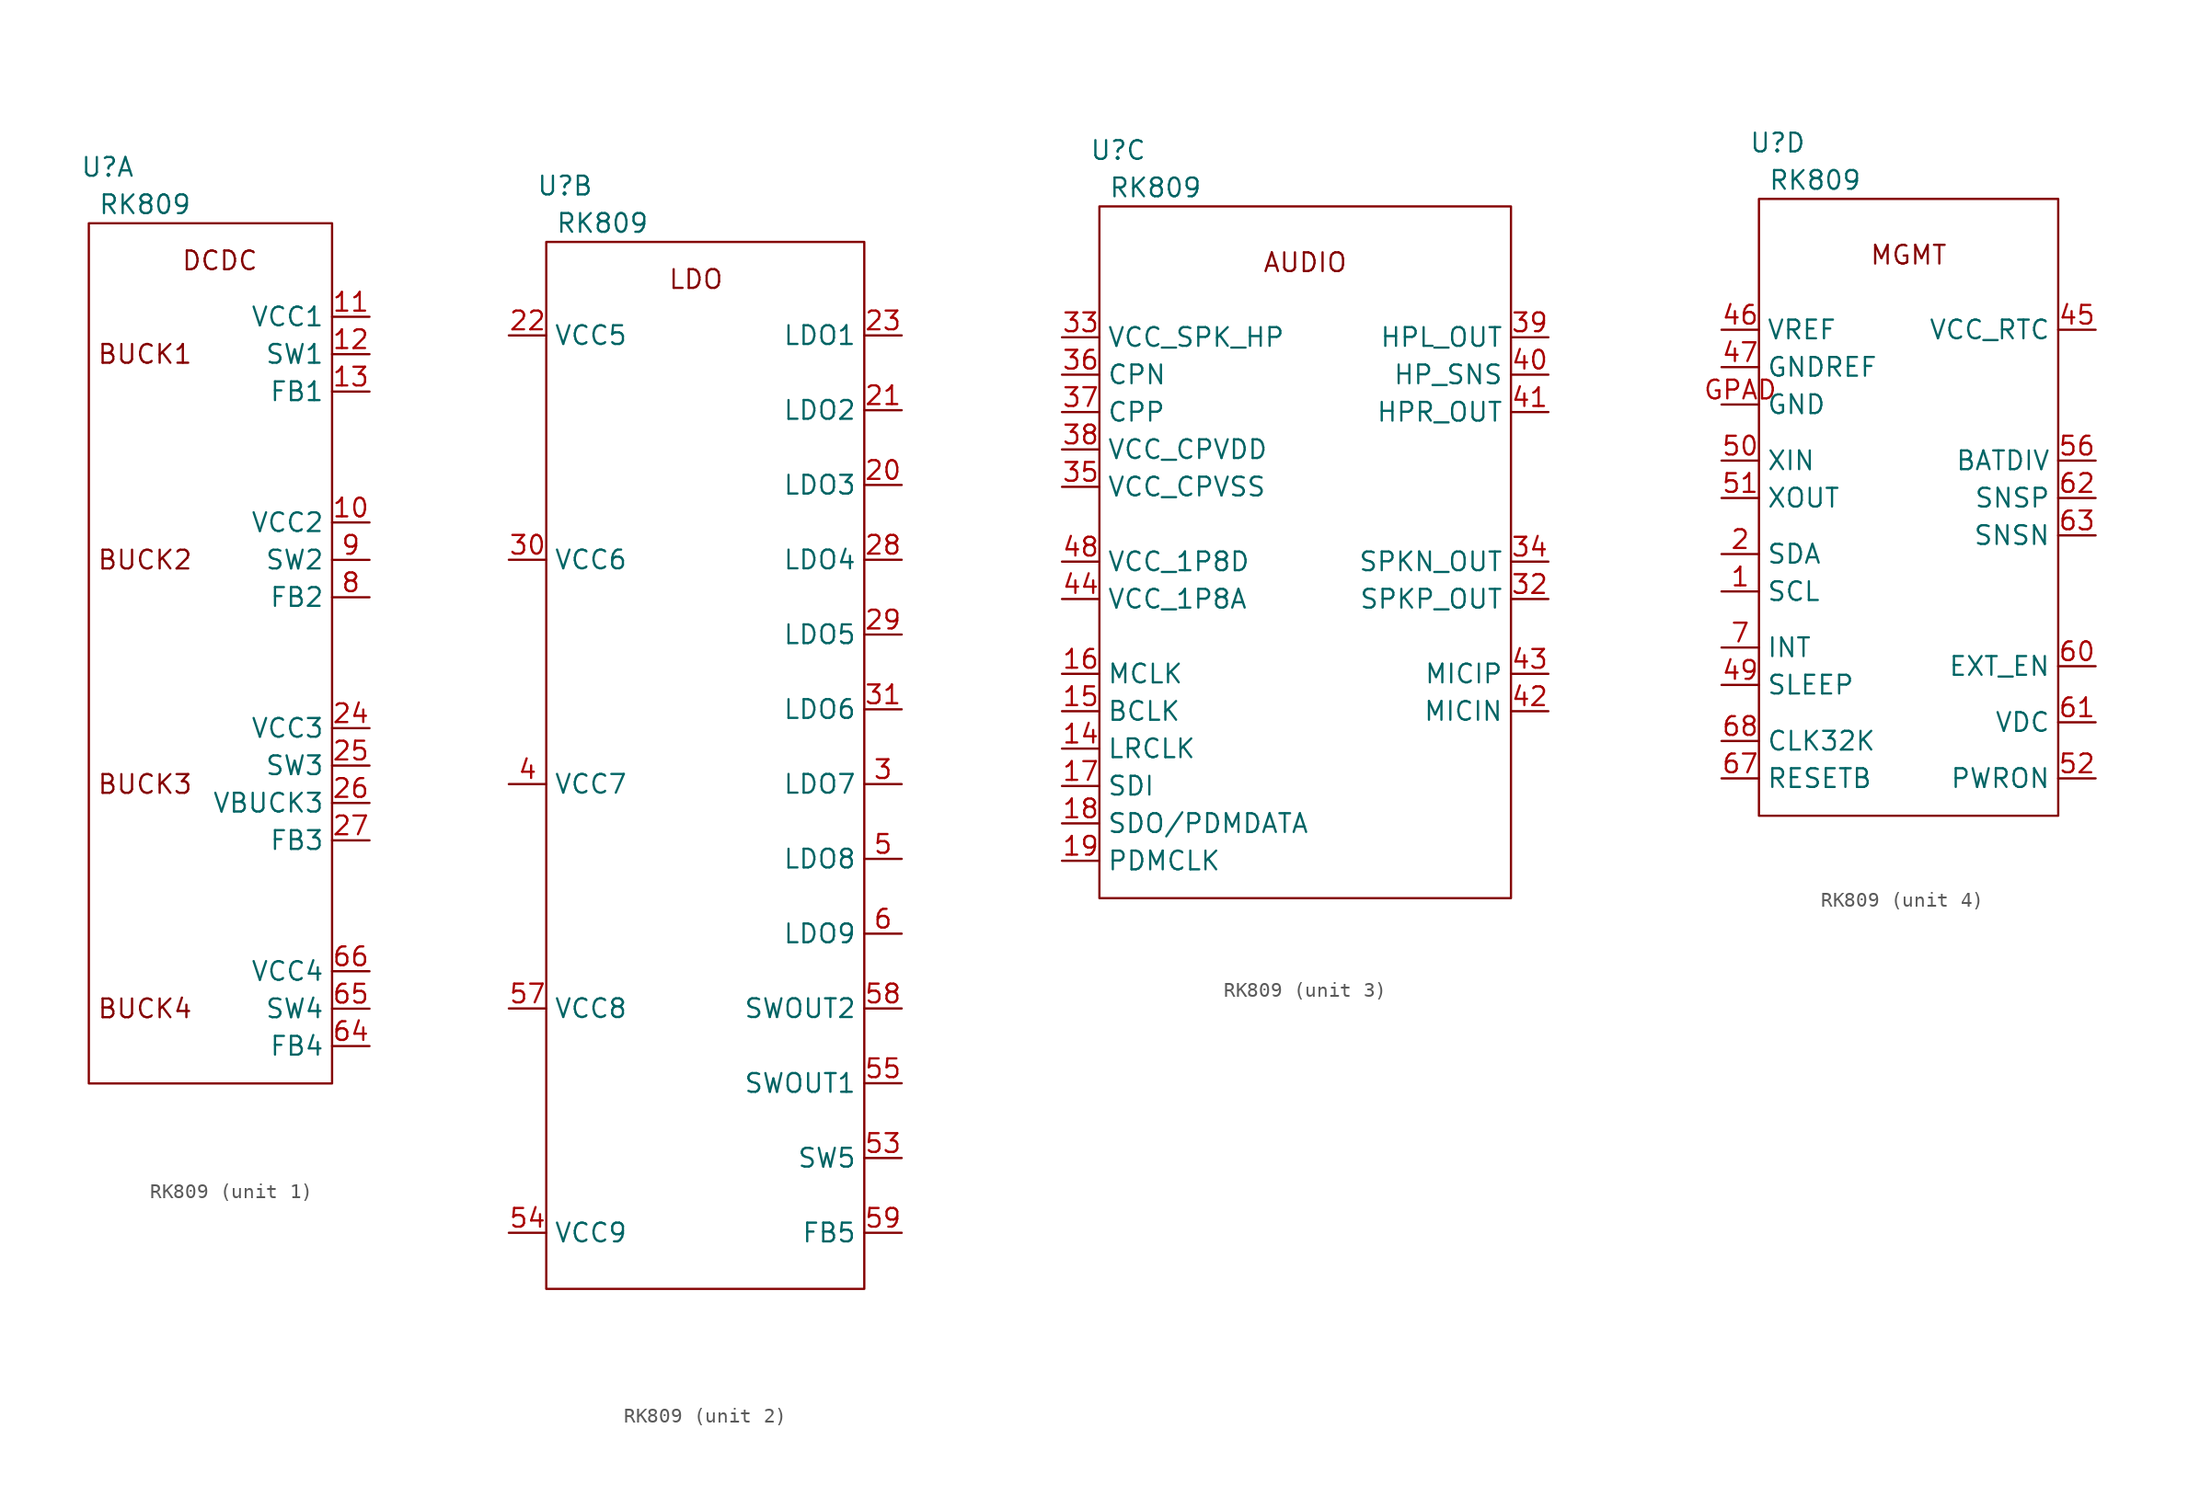
<source format=kicad_sym>
(kicad_symbol_lib
  (version 20201005)
  (generator kicad_symbol_editor)
  (symbol "berryflight:RK809"
    (property "Reference" "U"
      (at 1.27 3.81 0)
      (effects (font (size 1.27 1.27))))
    (property "Value" "RK809"
      (at 3.81 1.27 0)
      (effects (font (size 1.27 1.27))))
    (property "ki_locked" ""
      (at 0 0 0)
      (effects (font (size 1.27 1.27))))
    (symbol "RK809_1_1"
      (text "BUCK1" (at 3.81 -8.89 0) (effects (font (size 1.27 1.27))))
      (text "BUCK2" (at 3.81 -22.86 0) (effects (font (size 1.27 1.27))))
      (text "BUCK3" (at 3.81 -38.1 0) (effects (font (size 1.27 1.27))))
      (text "BUCK4" (at 3.81 -53.34 0) (effects (font (size 1.27 1.27))))
      (text "DCDC" (at 8.89 -2.54 0) (effects (font (size 1.27 1.27))))
      (rectangle (start 0 0) (end 16.51 -58.42) (stroke (width 0.152)) (fill (type none)))
      (pin unspecified line (at 19.05 -20.32 180) (length 2.54) (name "VCC2" (effects (font (size 1.27 1.27)))) (number "10" (effects (font (size 1.27 1.27)))))
      (pin unspecified line (at 19.05 -6.35 180) (length 2.54) (name "VCC1" (effects (font (size 1.27 1.27)))) (number "11" (effects (font (size 1.27 1.27)))))
      (pin unspecified line (at 19.05 -8.89 180) (length 2.54) (name "SW1" (effects (font (size 1.27 1.27)))) (number "12" (effects (font (size 1.27 1.27)))))
      (pin unspecified line (at 19.05 -11.43 180) (length 2.54) (name "FB1" (effects (font (size 1.27 1.27)))) (number "13" (effects (font (size 1.27 1.27)))))
      (pin unspecified line (at 19.05 -34.29 180) (length 2.54) (name "VCC3" (effects (font (size 1.27 1.27)))) (number "24" (effects (font (size 1.27 1.27)))))
      (pin unspecified line (at 19.05 -36.83 180) (length 2.54) (name "SW3" (effects (font (size 1.27 1.27)))) (number "25" (effects (font (size 1.27 1.27)))))
      (pin unspecified line (at 19.05 -39.37 180) (length 2.54) (name "VBUCK3" (effects (font (size 1.27 1.27)))) (number "26" (effects (font (size 1.27 1.27)))))
      (pin unspecified line (at 19.05 -41.91 180) (length 2.54) (name "FB3" (effects (font (size 1.27 1.27)))) (number "27" (effects (font (size 1.27 1.27)))))
      (pin unspecified line (at 19.05 -55.88 180) (length 2.54) (name "FB4" (effects (font (size 1.27 1.27)))) (number "64" (effects (font (size 1.27 1.27)))))
      (pin unspecified line (at 19.05 -53.34 180) (length 2.54) (name "SW4" (effects (font (size 1.27 1.27)))) (number "65" (effects (font (size 1.27 1.27)))))
      (pin unspecified line (at 19.05 -50.8 180) (length 2.54) (name "VCC4" (effects (font (size 1.27 1.27)))) (number "66" (effects (font (size 1.27 1.27)))))
      (pin unspecified line (at 19.05 -25.4 180) (length 2.54) (name "FB2" (effects (font (size 1.27 1.27)))) (number "8" (effects (font (size 1.27 1.27)))))
      (pin unspecified line (at 19.05 -22.86 180) (length 2.54) (name "SW2" (effects (font (size 1.27 1.27)))) (number "9" (effects (font (size 1.27 1.27))))))
    (symbol "RK809_2_1"
      (text "LDO" (at 10.16 -2.54 0) (effects (font (size 1.27 1.27))))
      (rectangle (start 0 0) (end 21.59 -71.12) (stroke (width 0.152)) (fill (type none)))
      (pin unspecified line (at 24.13 -16.51 180) (length 2.54) (name "LDO3" (effects (font (size 1.27 1.27)))) (number "20" (effects (font (size 1.27 1.27)))))
      (pin unspecified line (at 24.13 -11.43 180) (length 2.54) (name "LDO2" (effects (font (size 1.27 1.27)))) (number "21" (effects (font (size 1.27 1.27)))))
      (pin unspecified line (at -2.54 -6.35 0) (length 2.54) (name "VCC5" (effects (font (size 1.27 1.27)))) (number "22" (effects (font (size 1.27 1.27)))))
      (pin unspecified line (at 24.13 -6.35 180) (length 2.54) (name "LDO1" (effects (font (size 1.27 1.27)))) (number "23" (effects (font (size 1.27 1.27)))))
      (pin unspecified line (at 24.13 -21.59 180) (length 2.54) (name "LDO4" (effects (font (size 1.27 1.27)))) (number "28" (effects (font (size 1.27 1.27)))))
      (pin unspecified line (at 24.13 -26.67 180) (length 2.54) (name "LDO5" (effects (font (size 1.27 1.27)))) (number "29" (effects (font (size 1.27 1.27)))))
      (pin unspecified line (at 24.13 -36.83 180) (length 2.54) (name "LDO7" (effects (font (size 1.27 1.27)))) (number "3" (effects (font (size 1.27 1.27)))))
      (pin unspecified line (at -2.54 -21.59 0) (length 2.54) (name "VCC6" (effects (font (size 1.27 1.27)))) (number "30" (effects (font (size 1.27 1.27)))))
      (pin unspecified line (at 24.13 -31.75 180) (length 2.54) (name "LDO6" (effects (font (size 1.27 1.27)))) (number "31" (effects (font (size 1.27 1.27)))))
      (pin unspecified line (at -2.54 -36.83 0) (length 2.54) (name "VCC7" (effects (font (size 1.27 1.27)))) (number "4" (effects (font (size 1.27 1.27)))))
      (pin unspecified line (at 24.13 -41.91 180) (length 2.54) (name "LDO8" (effects (font (size 1.27 1.27)))) (number "5" (effects (font (size 1.27 1.27)))))
      (pin unspecified line (at 24.13 -62.23 180) (length 2.54) (name "SW5" (effects (font (size 1.27 1.27)))) (number "53" (effects (font (size 1.27 1.27)))))
      (pin unspecified line (at -2.54 -67.31 0) (length 2.54) (name "VCC9" (effects (font (size 1.27 1.27)))) (number "54" (effects (font (size 1.27 1.27)))))
      (pin unspecified line (at 24.13 -57.15 180) (length 2.54) (name "SWOUT1" (effects (font (size 1.27 1.27)))) (number "55" (effects (font (size 1.27 1.27)))))
      (pin unspecified line (at -2.54 -52.07 0) (length 2.54) (name "VCC8" (effects (font (size 1.27 1.27)))) (number "57" (effects (font (size 1.27 1.27)))))
      (pin unspecified line (at 24.13 -52.07 180) (length 2.54) (name "SWOUT2" (effects (font (size 1.27 1.27)))) (number "58" (effects (font (size 1.27 1.27)))))
      (pin unspecified line (at 24.13 -67.31 180) (length 2.54) (name "FB5" (effects (font (size 1.27 1.27)))) (number "59" (effects (font (size 1.27 1.27)))))
      (pin unspecified line (at 24.13 -46.99 180) (length 2.54) (name "LDO9" (effects (font (size 1.27 1.27)))) (number "6" (effects (font (size 1.27 1.27))))))
    (symbol "RK809_3_1"
      (text "AUDIO" (at 13.97 -3.81 0) (effects (font (size 1.27 1.27))))
      (rectangle (start 0 0) (end 27.94 -46.99) (stroke (width 0.152)) (fill (type none)))
      (pin unspecified line (at -2.54 -36.83 0) (length 2.54) (name "LRCLK" (effects (font (size 1.27 1.27)))) (number "14" (effects (font (size 1.27 1.27)))))
      (pin unspecified line (at -2.54 -34.29 0) (length 2.54) (name "BCLK" (effects (font (size 1.27 1.27)))) (number "15" (effects (font (size 1.27 1.27)))))
      (pin unspecified line (at -2.54 -31.75 0) (length 2.54) (name "MCLK" (effects (font (size 1.27 1.27)))) (number "16" (effects (font (size 1.27 1.27)))))
      (pin unspecified line (at -2.54 -39.37 0) (length 2.54) (name "SDI" (effects (font (size 1.27 1.27)))) (number "17" (effects (font (size 1.27 1.27)))))
      (pin unspecified line (at -2.54 -41.91 0) (length 2.54) (name "SDO/PDMDATA" (effects (font (size 1.27 1.27)))) (number "18" (effects (font (size 1.27 1.27)))))
      (pin unspecified line (at -2.54 -44.45 0) (length 2.54) (name "PDMCLK" (effects (font (size 1.27 1.27)))) (number "19" (effects (font (size 1.27 1.27)))))
      (pin unspecified line (at 30.48 -26.67 180) (length 2.54) (name "SPKP_OUT" (effects (font (size 1.27 1.27)))) (number "32" (effects (font (size 1.27 1.27)))))
      (pin unspecified line (at -2.54 -8.89 0) (length 2.54) (name "VCC_SPK_HP" (effects (font (size 1.27 1.27)))) (number "33" (effects (font (size 1.27 1.27)))))
      (pin unspecified line (at 30.48 -24.13 180) (length 2.54) (name "SPKN_OUT" (effects (font (size 1.27 1.27)))) (number "34" (effects (font (size 1.27 1.27)))))
      (pin unspecified line (at -2.54 -19.05 0) (length 2.54) (name "VCC_CPVSS" (effects (font (size 1.27 1.27)))) (number "35" (effects (font (size 1.27 1.27)))))
      (pin unspecified line (at -2.54 -11.43 0) (length 2.54) (name "CPN" (effects (font (size 1.27 1.27)))) (number "36" (effects (font (size 1.27 1.27)))))
      (pin unspecified line (at -2.54 -13.97 0) (length 2.54) (name "CPP" (effects (font (size 1.27 1.27)))) (number "37" (effects (font (size 1.27 1.27)))))
      (pin unspecified line (at -2.54 -16.51 0) (length 2.54) (name "VCC_CPVDD" (effects (font (size 1.27 1.27)))) (number "38" (effects (font (size 1.27 1.27)))))
      (pin unspecified line (at 30.48 -8.89 180) (length 2.54) (name "HPL_OUT" (effects (font (size 1.27 1.27)))) (number "39" (effects (font (size 1.27 1.27)))))
      (pin unspecified line (at 30.48 -11.43 180) (length 2.54) (name "HP_SNS" (effects (font (size 1.27 1.27)))) (number "40" (effects (font (size 1.27 1.27)))))
      (pin unspecified line (at 30.48 -13.97 180) (length 2.54) (name "HPR_OUT" (effects (font (size 1.27 1.27)))) (number "41" (effects (font (size 1.27 1.27)))))
      (pin unspecified line (at 30.48 -34.29 180) (length 2.54) (name "MICIN" (effects (font (size 1.27 1.27)))) (number "42" (effects (font (size 1.27 1.27)))))
      (pin unspecified line (at 30.48 -31.75 180) (length 2.54) (name "MICIP" (effects (font (size 1.27 1.27)))) (number "43" (effects (font (size 1.27 1.27)))))
      (pin unspecified line (at -2.54 -26.67 0) (length 2.54) (name "VCC_1P8A" (effects (font (size 1.27 1.27)))) (number "44" (effects (font (size 1.27 1.27)))))
      (pin unspecified line (at -2.54 -24.13 0) (length 2.54) (name "VCC_1P8D" (effects (font (size 1.27 1.27)))) (number "48" (effects (font (size 1.27 1.27))))))
    (symbol "RK809_4_1"
      (text "MGMT" (at 10.16 -3.81 0) (effects (font (size 1.27 1.27))))
      (rectangle (start 0 0) (end 20.32 -41.91) (stroke (width 0.152)) (fill (type none)))
      (pin unspecified line (at -2.54 -26.67 0) (length 2.54) (name "SCL" (effects (font (size 1.27 1.27)))) (number "1" (effects (font (size 1.27 1.27)))))
      (pin unspecified line (at -2.54 -24.13 0) (length 2.54) (name "SDA" (effects (font (size 1.27 1.27)))) (number "2" (effects (font (size 1.27 1.27)))))
      (pin unspecified line (at 22.86 -8.89 180) (length 2.54) (name "VCC_RTC" (effects (font (size 1.27 1.27)))) (number "45" (effects (font (size 1.27 1.27)))))
      (pin unspecified line (at -2.54 -8.89 0) (length 2.54) (name "VREF" (effects (font (size 1.27 1.27)))) (number "46" (effects (font (size 1.27 1.27)))))
      (pin unspecified line (at -2.54 -11.43 0) (length 2.54) (name "GNDREF" (effects (font (size 1.27 1.27)))) (number "47" (effects (font (size 1.27 1.27)))))
      (pin unspecified line (at -2.54 -33.02 0) (length 2.54) (name "SLEEP" (effects (font (size 1.27 1.27)))) (number "49" (effects (font (size 1.27 1.27)))))
      (pin unspecified line (at -2.54 -17.78 0) (length 2.54) (name "XIN" (effects (font (size 1.27 1.27)))) (number "50" (effects (font (size 1.27 1.27)))))
      (pin unspecified line (at -2.54 -20.32 0) (length 2.54) (name "XOUT" (effects (font (size 1.27 1.27)))) (number "51" (effects (font (size 1.27 1.27)))))
      (pin unspecified line (at 22.86 -39.37 180) (length 2.54) (name "PWRON" (effects (font (size 1.27 1.27)))) (number "52" (effects (font (size 1.27 1.27)))))
      (pin unspecified line (at 22.86 -17.78 180) (length 2.54) (name "BATDIV" (effects (font (size 1.27 1.27)))) (number "56" (effects (font (size 1.27 1.27)))))
      (pin unspecified line (at 22.86 -31.75 180) (length 2.54) (name "EXT_EN" (effects (font (size 1.27 1.27)))) (number "60" (effects (font (size 1.27 1.27)))))
      (pin unspecified line (at 22.86 -35.56 180) (length 2.54) (name "VDC" (effects (font (size 1.27 1.27)))) (number "61" (effects (font (size 1.27 1.27)))))
      (pin unspecified line (at 22.86 -20.32 180) (length 2.54) (name "SNSP" (effects (font (size 1.27 1.27)))) (number "62" (effects (font (size 1.27 1.27)))))
      (pin unspecified line (at 22.86 -22.86 180) (length 2.54) (name "SNSN" (effects (font (size 1.27 1.27)))) (number "63" (effects (font (size 1.27 1.27)))))
      (pin unspecified line (at -2.54 -39.37 0) (length 2.54) (name "RESETB" (effects (font (size 1.27 1.27)))) (number "67" (effects (font (size 1.27 1.27)))))
      (pin unspecified line (at -2.54 -36.83 0) (length 2.54) (name "CLK32K" (effects (font (size 1.27 1.27)))) (number "68" (effects (font (size 1.27 1.27)))))
      (pin unspecified line (at -2.54 -30.48 0) (length 2.54) (name "INT" (effects (font (size 1.27 1.27)))) (number "7" (effects (font (size 1.27 1.27)))))
      (pin unspecified line (at -2.54 -13.97 0) (length 2.54) (name "GND" (effects (font (size 1.27 1.27)))) (number "GPAD" (effects (font (size 1.27 1.27))))))))
</source>
